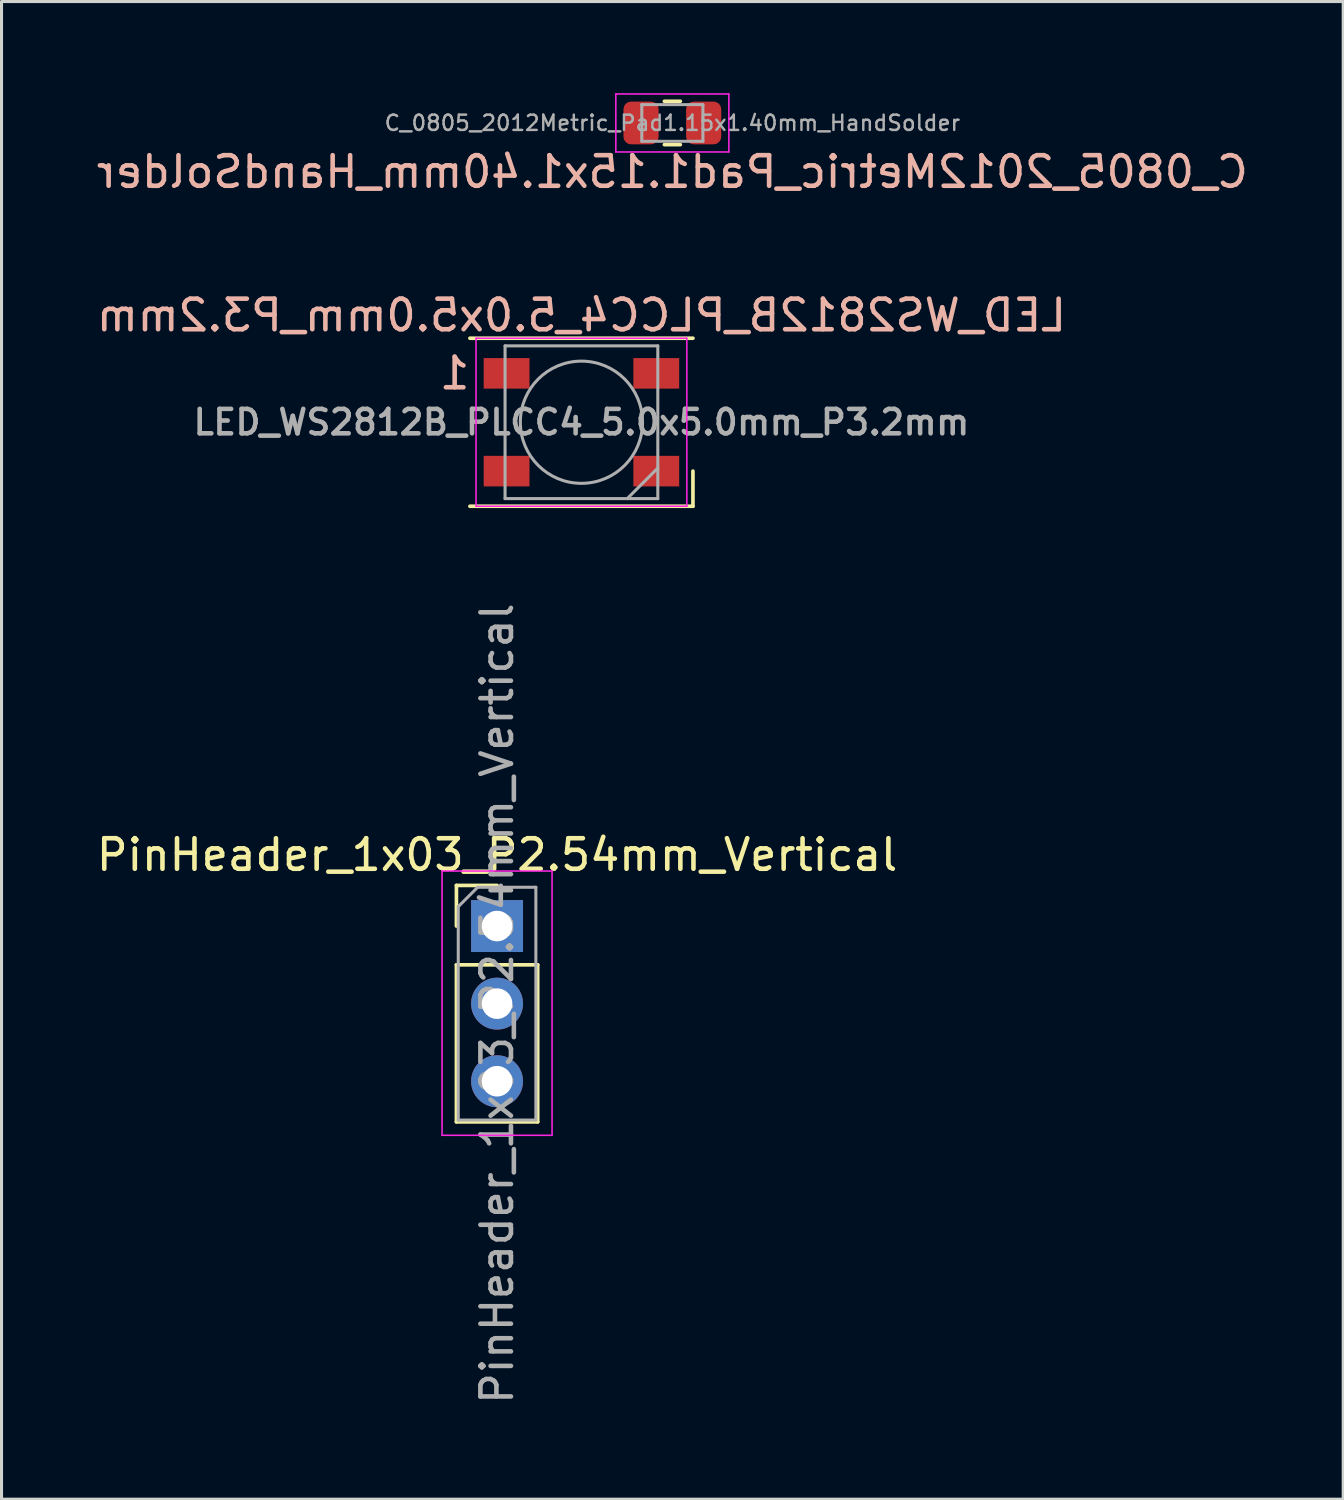
<source format=kicad_pcb>
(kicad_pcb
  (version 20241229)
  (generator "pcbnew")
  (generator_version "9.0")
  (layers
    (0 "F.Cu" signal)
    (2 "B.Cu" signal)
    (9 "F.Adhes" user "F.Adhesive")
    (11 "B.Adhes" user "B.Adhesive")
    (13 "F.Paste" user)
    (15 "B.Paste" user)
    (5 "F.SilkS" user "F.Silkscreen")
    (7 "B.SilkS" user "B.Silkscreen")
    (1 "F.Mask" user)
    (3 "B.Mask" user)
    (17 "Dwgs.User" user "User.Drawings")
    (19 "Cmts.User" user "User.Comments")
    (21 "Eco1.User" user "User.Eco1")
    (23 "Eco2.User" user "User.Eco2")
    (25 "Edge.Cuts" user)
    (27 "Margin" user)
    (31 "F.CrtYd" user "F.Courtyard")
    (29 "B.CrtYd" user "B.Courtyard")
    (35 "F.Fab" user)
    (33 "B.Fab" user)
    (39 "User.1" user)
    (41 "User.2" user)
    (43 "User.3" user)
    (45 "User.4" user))
  (footprint "LED_WS2812B_PLCC4_5.0x5.0mm_P3.2mm"
    (layer "F.Cu")
    (at 15.982 10.771)
    (property "Reference" "LED_WS2812B_PLCC4_5.0x5.0mm_P3.2mm" (at 0 -3.5 180) (layer "B.SilkS") (effects (font (size 1 1) (thickness 0.15)) (justify mirror)))
    (attr smd)
    (fp_line (start -3.65 -2.75) (end 3.65 -2.75) (stroke (width 0.12) (type solid)) (layer "F.SilkS"))
    (fp_line (start -3.65 2.75) (end 3.65 2.75) (stroke (width 0.12) (type solid)) (layer "F.SilkS"))
    (fp_line (start 3.65 2.75) (end 3.65 1.6) (stroke (width 0.12) (type solid)) (layer "F.SilkS"))
    (fp_line (start -3.45 -2.75) (end -3.45 2.75) (stroke (width 0.05) (type solid)) (layer "F.CrtYd"))
    (fp_line (start -3.45 2.75) (end 3.45 2.75) (stroke (width 0.05) (type solid)) (layer "F.CrtYd"))
    (fp_line (start 3.45 -2.75) (end -3.45 -2.75) (stroke (width 0.05) (type solid)) (layer "F.CrtYd"))
    (fp_line (start 3.45 2.75) (end 3.45 -2.75) (stroke (width 0.05) (type solid)) (layer "F.CrtYd"))
    (fp_line (start -2.5 -2.5) (end -2.5 2.5) (stroke (width 0.1) (type solid)) (layer "F.Fab"))
    (fp_line (start -2.5 2.5) (end 2.5 2.5) (stroke (width 0.1) (type solid)) (layer "F.Fab"))
    (fp_line (start 2.5 -2.5) (end -2.5 -2.5) (stroke (width 0.1) (type solid)) (layer "F.Fab"))
    (fp_line (start 2.5 1.5) (end 1.5 2.5) (stroke (width 0.1) (type solid)) (layer "F.Fab"))
    (fp_line (start 2.5 2.5) (end 2.5 -2.5) (stroke (width 0.1) (type solid)) (layer "F.Fab"))
    (fp_circle (center 0 0) (end 0 -2) (stroke (width 0.1) (type solid)) (fill no) (layer "F.Fab"))
    (fp_text user "1" (at -4.15 -1.6 180) (layer "B.SilkS") (effects (font (size 1 1) (thickness 0.15)) (justify mirror)))
    (fp_text user "${REFERENCE}" (at 0 0 180) (layer "F.Fab") (effects (font (size 0.8 0.8) (thickness 0.15))))
    (pad "1" smd rect (at -2.45 -1.6) (size 1.5 1) (layers "F.Cu" "F.Mask" "F.Paste"))
    (pad "2" smd rect (at -2.45 1.6) (size 1.5 1) (layers "F.Cu" "F.Mask" "F.Paste"))
    (pad "3" smd rect (at 2.45 1.6) (size 1.5 1) (layers "F.Cu" "F.Mask" "F.Paste"))
    (pad "4" smd rect (at 2.45 -1.6) (size 1.5 1) (layers "F.Cu" "F.Mask" "F.Paste")))
  (footprint "C_0805_2012Metric_Pad1.15x1.40mm_HandSolder"
    (layer "F.Cu")
    (at 18.958 0.975)
    (property "Reference" "C_0805_2012Metric_Pad1.15x1.40mm_HandSolder" (at 0 1.6 180) (layer "B.SilkS") (effects (font (size 1 1) (thickness 0.15)) (justify mirror)))
    (attr smd)
    (fp_line (start -0.261 -0.71) (end 0.261 -0.71) (stroke (width 0.12) (type solid)) (layer "F.SilkS"))
    (fp_line (start -0.261 0.71) (end 0.261 0.71) (stroke (width 0.12) (type solid)) (layer "F.SilkS"))
    (fp_line (start -1.85 -0.95) (end 1.85 -0.95) (stroke (width 0.05) (type solid)) (layer "F.CrtYd"))
    (fp_line (start -1.85 0.95) (end -1.85 -0.95) (stroke (width 0.05) (type solid)) (layer "F.CrtYd"))
    (fp_line (start 1.85 -0.95) (end 1.85 0.95) (stroke (width 0.05) (type solid)) (layer "F.CrtYd"))
    (fp_line (start 1.85 0.95) (end -1.85 0.95) (stroke (width 0.05) (type solid)) (layer "F.CrtYd"))
    (fp_line (start -1 -0.6) (end 1 -0.6) (stroke (width 0.1) (type solid)) (layer "F.Fab"))
    (fp_line (start -1 0.6) (end -1 -0.6) (stroke (width 0.1) (type solid)) (layer "F.Fab"))
    (fp_line (start 1 -0.6) (end 1 0.6) (stroke (width 0.1) (type solid)) (layer "F.Fab"))
    (fp_line (start 1 0.6) (end -1 0.6) (stroke (width 0.1) (type solid)) (layer "F.Fab"))
    (fp_text user "${REFERENCE}" (at 0 0 180) (layer "F.Fab") (effects (font (size 0.5 0.5) (thickness 0.08))))
    (pad "1" smd roundrect (at -1.025 0) (size 1.15 1.4) (layers "F.Cu" "F.Mask" "F.Paste") (roundrect_rratio 0.217))
    (pad "2" smd roundrect (at 1.025 0) (size 1.15 1.4) (layers "F.Cu" "F.Mask" "F.Paste") (roundrect_rratio 0.217)))
  (footprint "PinHeader_1x03_P2.54mm_Vertical"
    (layer "F.Cu")
    (at 13.22 27.262)
    (property "Reference" "PinHeader_1x03_P2.54mm_Vertical" (at 0 -2.33 180) (layer "F.SilkS") (effects (font (size 1 1) (thickness 0.15))))
    (attr through_hole)
    (fp_line (start -1.33 -1.33) (end 0 -1.33) (stroke (width 0.12) (type solid)) (layer "F.SilkS"))
    (fp_line (start -1.33 0) (end -1.33 -1.33) (stroke (width 0.12) (type solid)) (layer "F.SilkS"))
    (fp_line (start -1.33 1.27) (end -1.33 6.41) (stroke (width 0.12) (type solid)) (layer "F.SilkS"))
    (fp_line (start -1.33 1.27) (end 1.33 1.27) (stroke (width 0.12) (type solid)) (layer "F.SilkS"))
    (fp_line (start -1.33 6.41) (end 1.33 6.41) (stroke (width 0.12) (type solid)) (layer "F.SilkS"))
    (fp_line (start 1.33 1.27) (end 1.33 6.41) (stroke (width 0.12) (type solid)) (layer "F.SilkS"))
    (fp_line (start -1.8 -1.8) (end -1.8 6.85) (stroke (width 0.05) (type solid)) (layer "F.CrtYd"))
    (fp_line (start -1.8 6.85) (end 1.8 6.85) (stroke (width 0.05) (type solid)) (layer "F.CrtYd"))
    (fp_line (start 1.8 -1.8) (end -1.8 -1.8) (stroke (width 0.05) (type solid)) (layer "F.CrtYd"))
    (fp_line (start 1.8 6.85) (end 1.8 -1.8) (stroke (width 0.05) (type solid)) (layer "F.CrtYd"))
    (fp_line (start -1.27 -0.635) (end -0.635 -1.27) (stroke (width 0.1) (type solid)) (layer "F.Fab"))
    (fp_line (start -1.27 6.35) (end -1.27 -0.635) (stroke (width 0.1) (type solid)) (layer "F.Fab"))
    (fp_line (start -0.635 -1.27) (end 1.27 -1.27) (stroke (width 0.1) (type solid)) (layer "F.Fab"))
    (fp_line (start 1.27 -1.27) (end 1.27 6.35) (stroke (width 0.1) (type solid)) (layer "F.Fab"))
    (fp_line (start 1.27 6.35) (end -1.27 6.35) (stroke (width 0.1) (type solid)) (layer "F.Fab"))
    (fp_text user "${REFERENCE}" (at 0 2.54 270) (layer "F.Fab") (effects (font (size 1 1) (thickness 0.15))))
    (pad "1" thru_hole rect (at 0 0) (size 1.7 1.7) (drill 1) (layers "*.Cu" "*.Mask"))
    (pad "2" thru_hole oval (at 0 2.54) (size 1.7 1.7) (drill 1) (layers "*.Cu" "*.Mask"))
    (pad "3" thru_hole oval (at 0 5.08) (size 1.7 1.7) (drill 1) (layers "*.Cu" "*.Mask")))
  (gr_rect
    (start -3 -3)
    (end 40.917 46.022)
    (stroke (width 0.1) (type default))
    (fill no)
    (layer "Edge.Cuts")))
</source>
